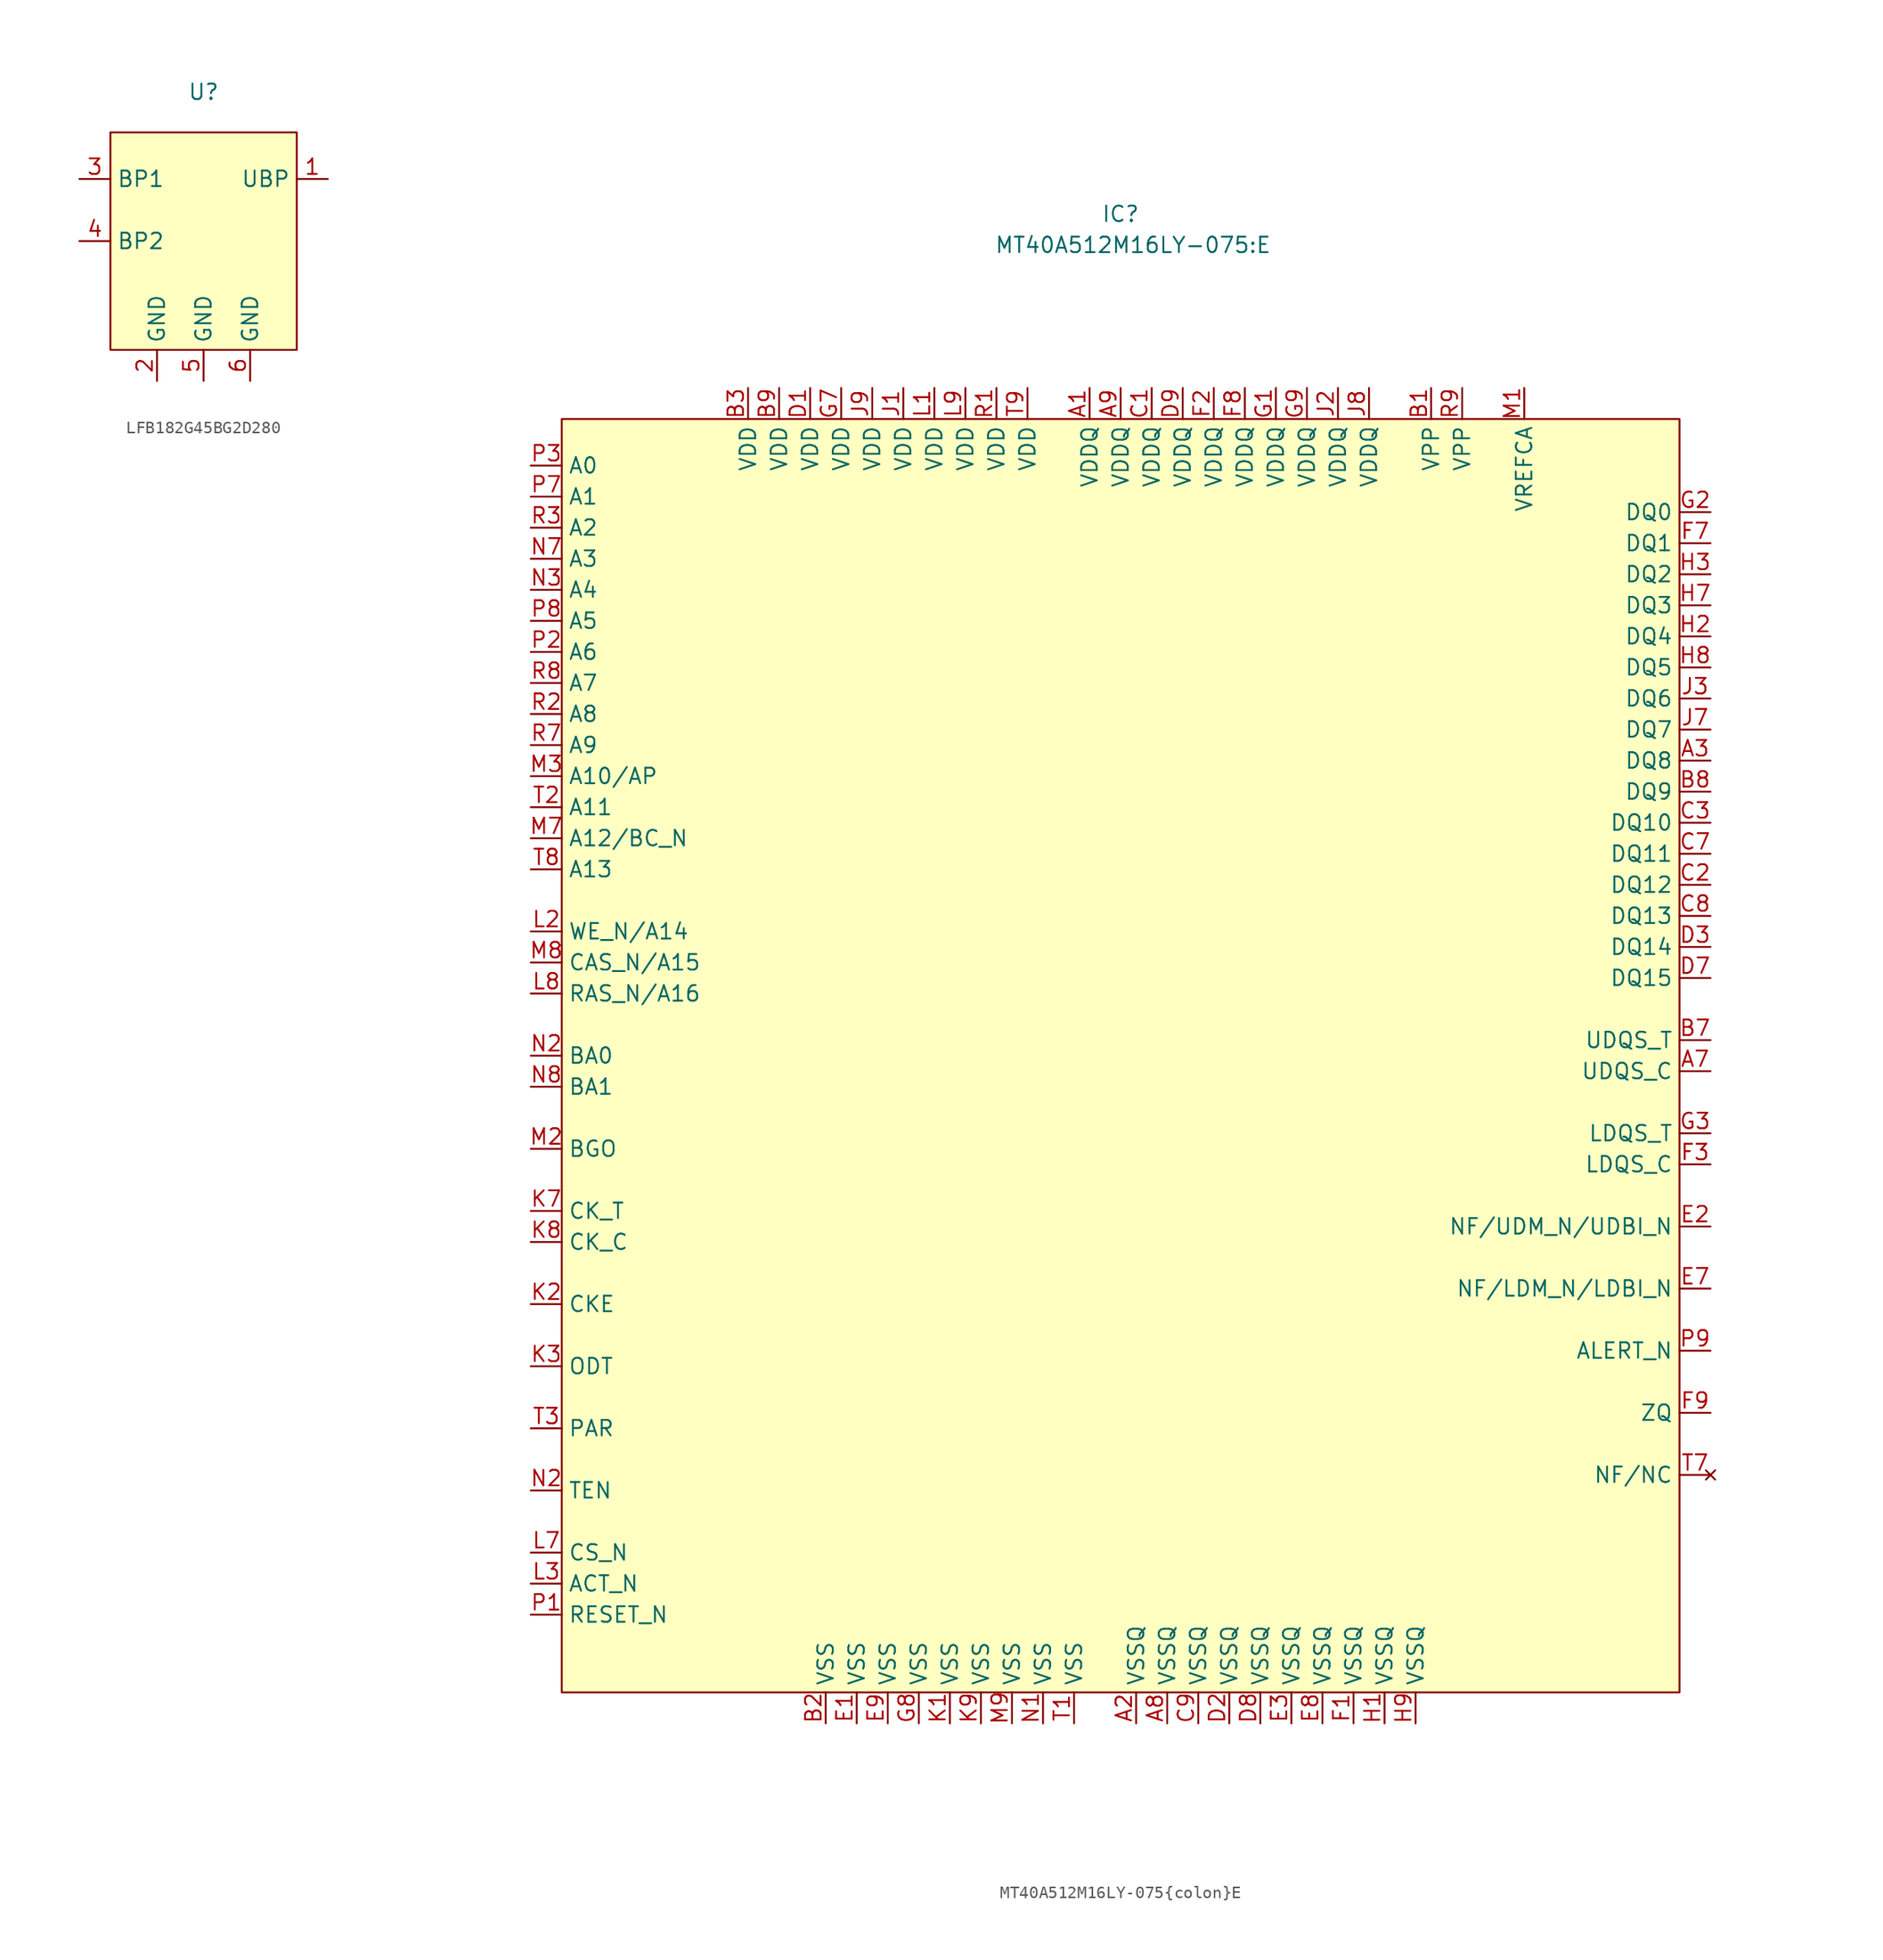
<source format=kicad_sym>
(kicad_symbol_lib
  (version 20241209)
  (generator "kicad_symbol_editor")
  (generator_version "9.0")
  (symbol "LFB182G45BG2D280"
    (property "Reference" "U"
      (at 0 12.192 0)
      (effects (font (size 1.27 1.27))))
    (property "Value" ""
      (at 0 0 0)
      (effects (font (size 1.27 1.27))))
    (symbol "LFB182G45BG2D280_1_1"
      (rectangle (start -7.62 8.89) (end 7.62 -8.89) (stroke (width 0) (type solid)) (fill (type background)))
      (pin input line (at -10.16 5.08 0) (length 2.54) (name "BP1" (effects (font (size 1.27 1.27)))) (number "3" (effects (font (size 1.27 1.27)))))
      (pin input line (at -10.16 0 0) (length 2.54) (name "BP2" (effects (font (size 1.27 1.27)))) (number "4" (effects (font (size 1.27 1.27)))))
      (pin input line (at -3.81 -11.43 90) (length 2.54) (name "GND" (effects (font (size 1.27 1.27)))) (number "2" (effects (font (size 1.27 1.27)))))
      (pin input line (at 0 -11.43 90) (length 2.54) (name "GND" (effects (font (size 1.27 1.27)))) (number "5" (effects (font (size 1.27 1.27)))))
      (pin input line (at 3.81 -11.43 90) (length 2.54) (name "GND" (effects (font (size 1.27 1.27)))) (number "6" (effects (font (size 1.27 1.27)))))
      (pin output line (at 10.16 5.08 180) (length 2.54) (name "UBP" (effects (font (size 1.27 1.27)))) (number "1" (effects (font (size 1.27 1.27)))))))
  (symbol "MT40A512M16LY-075{colon}E"
    (property "Reference" "IC"
      (at 0 68.834 0)
      (effects (font (size 1.27 1.27))))
    (property "Value" "MT40A512M16LY-075:E"
      (at 1.016 66.294 0)
      (effects (font (size 1.27 1.27))))
    (symbol "MT40A512M16LY-075{colon}E_1_1"
      (rectangle (start -45.72 52.07) (end 45.72 -52.07) (stroke (width 0) (type solid)) (fill (type background)))
      (pin input line (at -48.26 48.26 0) (length 2.54) (name "A0" (effects (font (size 1.27 1.27)))) (number "P3" (effects (font (size 1.27 1.27)))))
      (pin input line (at -48.26 45.72 0) (length 2.54) (name "A1" (effects (font (size 1.27 1.27)))) (number "P7" (effects (font (size 1.27 1.27)))))
      (pin input line (at -48.26 43.18 0) (length 2.54) (name "A2" (effects (font (size 1.27 1.27)))) (number "R3" (effects (font (size 1.27 1.27)))))
      (pin input line (at -48.26 40.64 0) (length 2.54) (name "A3" (effects (font (size 1.27 1.27)))) (number "N7" (effects (font (size 1.27 1.27)))))
      (pin input line (at -48.26 38.1 0) (length 2.54) (name "A4" (effects (font (size 1.27 1.27)))) (number "N3" (effects (font (size 1.27 1.27)))))
      (pin input line (at -48.26 35.56 0) (length 2.54) (name "A5" (effects (font (size 1.27 1.27)))) (number "P8" (effects (font (size 1.27 1.27)))))
      (pin input line (at -48.26 33.02 0) (length 2.54) (name "A6" (effects (font (size 1.27 1.27)))) (number "P2" (effects (font (size 1.27 1.27)))))
      (pin input line (at -48.26 30.48 0) (length 2.54) (name "A7" (effects (font (size 1.27 1.27)))) (number "R8" (effects (font (size 1.27 1.27)))))
      (pin input line (at -48.26 27.94 0) (length 2.54) (name "A8" (effects (font (size 1.27 1.27)))) (number "R2" (effects (font (size 1.27 1.27)))))
      (pin input line (at -48.26 25.4 0) (length 2.54) (name "A9" (effects (font (size 1.27 1.27)))) (number "R7" (effects (font (size 1.27 1.27)))))
      (pin input line (at -48.26 22.86 0) (length 2.54) (name "A10/AP" (effects (font (size 1.27 1.27)))) (number "M3" (effects (font (size 1.27 1.27)))))
      (pin input line (at -48.26 20.32 0) (length 2.54) (name "A11" (effects (font (size 1.27 1.27)))) (number "T2" (effects (font (size 1.27 1.27)))))
      (pin input line (at -48.26 17.78 0) (length 2.54) (name "A12/BC_N" (effects (font (size 1.27 1.27)))) (number "M7" (effects (font (size 1.27 1.27)))))
      (pin input line (at -48.26 15.24 0) (length 2.54) (name "A13" (effects (font (size 1.27 1.27)))) (number "T8" (effects (font (size 1.27 1.27)))))
      (pin input line (at -48.26 10.16 0) (length 2.54) (name "WE_N/A14" (effects (font (size 1.27 1.27)))) (number "L2" (effects (font (size 1.27 1.27)))))
      (pin input line (at -48.26 7.62 0) (length 2.54) (name "CAS_N/A15" (effects (font (size 1.27 1.27)))) (number "M8" (effects (font (size 1.27 1.27)))))
      (pin input line (at -48.26 5.08 0) (length 2.54) (name "RAS_N/A16" (effects (font (size 1.27 1.27)))) (number "L8" (effects (font (size 1.27 1.27)))))
      (pin input line (at -48.26 0 0) (length 2.54) (name "BA0" (effects (font (size 1.27 1.27)))) (number "N2" (effects (font (size 1.27 1.27)))))
      (pin input line (at -48.26 -2.54 0) (length 2.54) (name "BA1" (effects (font (size 1.27 1.27)))) (number "N8" (effects (font (size 1.27 1.27)))))
      (pin input line (at -48.26 -7.62 0) (length 2.54) (name "BGO" (effects (font (size 1.27 1.27)))) (number "M2" (effects (font (size 1.27 1.27)))))
      (pin input line (at -48.26 -12.7 0) (length 2.54) (name "CK_T" (effects (font (size 1.27 1.27)))) (number "K7" (effects (font (size 1.27 1.27)))))
      (pin input line (at -48.26 -15.24 0) (length 2.54) (name "CK_C" (effects (font (size 1.27 1.27)))) (number "K8" (effects (font (size 1.27 1.27)))))
      (pin input line (at -48.26 -20.32 0) (length 2.54) (name "CKE" (effects (font (size 1.27 1.27)))) (number "K2" (effects (font (size 1.27 1.27)))))
      (pin input line (at -48.26 -25.4 0) (length 2.54) (name "ODT" (effects (font (size 1.27 1.27)))) (number "K3" (effects (font (size 1.27 1.27)))))
      (pin input line (at -48.26 -30.48 0) (length 2.54) (name "PAR" (effects (font (size 1.27 1.27)))) (number "T3" (effects (font (size 1.27 1.27)))))
      (pin input line (at -48.26 -35.56 0) (length 2.54) (name "TEN" (effects (font (size 1.27 1.27)))) (number "N2" (effects (font (size 1.27 1.27)))))
      (pin input line (at -48.26 -40.64 0) (length 2.54) (name "CS_N" (effects (font (size 1.27 1.27)))) (number "L7" (effects (font (size 1.27 1.27)))))
      (pin input line (at -48.26 -43.18 0) (length 2.54) (name "ACT_N" (effects (font (size 1.27 1.27)))) (number "L3" (effects (font (size 1.27 1.27)))))
      (pin input line (at -48.26 -45.72 0) (length 2.54) (name "RESET_N" (effects (font (size 1.27 1.27)))) (number "P1" (effects (font (size 1.27 1.27)))))
      (pin power_in line (at -30.48 54.61 270) (length 2.54) (name "VDD" (effects (font (size 1.27 1.27)))) (number "B3" (effects (font (size 1.27 1.27)))))
      (pin power_in line (at -27.94 54.61 270) (length 2.54) (name "VDD" (effects (font (size 1.27 1.27)))) (number "B9" (effects (font (size 1.27 1.27)))))
      (pin power_in line (at -25.4 54.61 270) (length 2.54) (name "VDD" (effects (font (size 1.27 1.27)))) (number "D1" (effects (font (size 1.27 1.27)))))
      (pin power_in line (at -24.13 -54.61 90) (length 2.54) (name "VSS" (effects (font (size 1.27 1.27)))) (number "B2" (effects (font (size 1.27 1.27)))))
      (pin power_in line (at -22.86 54.61 270) (length 2.54) (name "VDD" (effects (font (size 1.27 1.27)))) (number "G7" (effects (font (size 1.27 1.27)))))
      (pin power_in line (at -21.59 -54.61 90) (length 2.54) (name "VSS" (effects (font (size 1.27 1.27)))) (number "E1" (effects (font (size 1.27 1.27)))))
      (pin power_in line (at -20.32 54.61 270) (length 2.54) (name "VDD" (effects (font (size 1.27 1.27)))) (number "J9" (effects (font (size 1.27 1.27)))))
      (pin power_in line (at -19.05 -54.61 90) (length 2.54) (name "VSS" (effects (font (size 1.27 1.27)))) (number "E9" (effects (font (size 1.27 1.27)))))
      (pin power_in line (at -17.78 54.61 270) (length 2.54) (name "VDD" (effects (font (size 1.27 1.27)))) (number "J1" (effects (font (size 1.27 1.27)))))
      (pin power_in line (at -16.51 -54.61 90) (length 2.54) (name "VSS" (effects (font (size 1.27 1.27)))) (number "G8" (effects (font (size 1.27 1.27)))))
      (pin power_in line (at -15.24 54.61 270) (length 2.54) (name "VDD" (effects (font (size 1.27 1.27)))) (number "L1" (effects (font (size 1.27 1.27)))))
      (pin power_in line (at -13.97 -54.61 90) (length 2.54) (name "VSS" (effects (font (size 1.27 1.27)))) (number "K1" (effects (font (size 1.27 1.27)))))
      (pin power_in line (at -12.7 54.61 270) (length 2.54) (name "VDD" (effects (font (size 1.27 1.27)))) (number "L9" (effects (font (size 1.27 1.27)))))
      (pin power_in line (at -11.43 -54.61 90) (length 2.54) (name "VSS" (effects (font (size 1.27 1.27)))) (number "K9" (effects (font (size 1.27 1.27)))))
      (pin power_in line (at -10.16 54.61 270) (length 2.54) (name "VDD" (effects (font (size 1.27 1.27)))) (number "R1" (effects (font (size 1.27 1.27)))))
      (pin power_in line (at -8.89 -54.61 90) (length 2.54) (name "VSS" (effects (font (size 1.27 1.27)))) (number "M9" (effects (font (size 1.27 1.27)))))
      (pin power_in line (at -7.62 54.61 270) (length 2.54) (name "VDD" (effects (font (size 1.27 1.27)))) (number "T9" (effects (font (size 1.27 1.27)))))
      (pin power_in line (at -6.35 -54.61 90) (length 2.54) (name "VSS" (effects (font (size 1.27 1.27)))) (number "N1" (effects (font (size 1.27 1.27)))))
      (pin power_in line (at -3.81 -54.61 90) (length 2.54) (name "VSS" (effects (font (size 1.27 1.27)))) (number "T1" (effects (font (size 1.27 1.27)))))
      (pin power_in line (at -2.54 54.61 270) (length 2.54) (name "VDDQ" (effects (font (size 1.27 1.27)))) (number "A1" (effects (font (size 1.27 1.27)))))
      (pin power_in line (at 0 54.61 270) (length 2.54) (name "VDDQ" (effects (font (size 1.27 1.27)))) (number "A9" (effects (font (size 1.27 1.27)))))
      (pin power_in line (at 1.27 -54.61 90) (length 2.54) (name "VSSQ" (effects (font (size 1.27 1.27)))) (number "A2" (effects (font (size 1.27 1.27)))))
      (pin power_in line (at 2.54 54.61 270) (length 2.54) (name "VDDQ" (effects (font (size 1.27 1.27)))) (number "C1" (effects (font (size 1.27 1.27)))))
      (pin power_in line (at 3.81 -54.61 90) (length 2.54) (name "VSSQ" (effects (font (size 1.27 1.27)))) (number "A8" (effects (font (size 1.27 1.27)))))
      (pin power_in line (at 5.08 54.61 270) (length 2.54) (name "VDDQ" (effects (font (size 1.27 1.27)))) (number "D9" (effects (font (size 1.27 1.27)))))
      (pin power_in line (at 6.35 -54.61 90) (length 2.54) (name "VSSQ" (effects (font (size 1.27 1.27)))) (number "C9" (effects (font (size 1.27 1.27)))))
      (pin power_in line (at 7.62 54.61 270) (length 2.54) (name "VDDQ" (effects (font (size 1.27 1.27)))) (number "F2" (effects (font (size 1.27 1.27)))))
      (pin power_in line (at 8.89 -54.61 90) (length 2.54) (name "VSSQ" (effects (font (size 1.27 1.27)))) (number "D2" (effects (font (size 1.27 1.27)))))
      (pin power_in line (at 10.16 54.61 270) (length 2.54) (name "VDDQ" (effects (font (size 1.27 1.27)))) (number "F8" (effects (font (size 1.27 1.27)))))
      (pin power_in line (at 11.43 -54.61 90) (length 2.54) (name "VSSQ" (effects (font (size 1.27 1.27)))) (number "D8" (effects (font (size 1.27 1.27)))))
      (pin power_in line (at 12.7 54.61 270) (length 2.54) (name "VDDQ" (effects (font (size 1.27 1.27)))) (number "G1" (effects (font (size 1.27 1.27)))))
      (pin power_in line (at 13.97 -54.61 90) (length 2.54) (name "VSSQ" (effects (font (size 1.27 1.27)))) (number "E3" (effects (font (size 1.27 1.27)))))
      (pin power_in line (at 15.24 54.61 270) (length 2.54) (name "VDDQ" (effects (font (size 1.27 1.27)))) (number "G9" (effects (font (size 1.27 1.27)))))
      (pin power_in line (at 16.51 -54.61 90) (length 2.54) (name "VSSQ" (effects (font (size 1.27 1.27)))) (number "E8" (effects (font (size 1.27 1.27)))))
      (pin power_in line (at 17.78 54.61 270) (length 2.54) (name "VDDQ" (effects (font (size 1.27 1.27)))) (number "J2" (effects (font (size 1.27 1.27)))))
      (pin power_in line (at 19.05 -54.61 90) (length 2.54) (name "VSSQ" (effects (font (size 1.27 1.27)))) (number "F1" (effects (font (size 1.27 1.27)))))
      (pin power_in line (at 20.32 54.61 270) (length 2.54) (name "VDDQ" (effects (font (size 1.27 1.27)))) (number "J8" (effects (font (size 1.27 1.27)))))
      (pin power_in line (at 21.59 -54.61 90) (length 2.54) (name "VSSQ" (effects (font (size 1.27 1.27)))) (number "H1" (effects (font (size 1.27 1.27)))))
      (pin power_in line (at 24.13 -54.61 90) (length 2.54) (name "VSSQ" (effects (font (size 1.27 1.27)))) (number "H9" (effects (font (size 1.27 1.27)))))
      (pin power_in line (at 25.4 54.61 270) (length 2.54) (name "VPP" (effects (font (size 1.27 1.27)))) (number "B1" (effects (font (size 1.27 1.27)))))
      (pin power_in line (at 27.94 54.61 270) (length 2.54) (name "VPP" (effects (font (size 1.27 1.27)))) (number "R9" (effects (font (size 1.27 1.27)))))
      (pin input line (at 33.02 54.61 270) (length 2.54) (name "VREFCA" (effects (font (size 1.27 1.27)))) (number "M1" (effects (font (size 1.27 1.27)))))
      (pin bidirectional line (at 48.26 44.45 180) (length 2.54) (name "DQ0" (effects (font (size 1.27 1.27)))) (number "G2" (effects (font (size 1.27 1.27)))))
      (pin bidirectional line (at 48.26 41.91 180) (length 2.54) (name "DQ1" (effects (font (size 1.27 1.27)))) (number "F7" (effects (font (size 1.27 1.27)))))
      (pin bidirectional line (at 48.26 39.37 180) (length 2.54) (name "DQ2" (effects (font (size 1.27 1.27)))) (number "H3" (effects (font (size 1.27 1.27)))))
      (pin bidirectional line (at 48.26 36.83 180) (length 2.54) (name "DQ3" (effects (font (size 1.27 1.27)))) (number "H7" (effects (font (size 1.27 1.27)))))
      (pin bidirectional line (at 48.26 34.29 180) (length 2.54) (name "DQ4" (effects (font (size 1.27 1.27)))) (number "H2" (effects (font (size 1.27 1.27)))))
      (pin bidirectional line (at 48.26 31.75 180) (length 2.54) (name "DQ5" (effects (font (size 1.27 1.27)))) (number "H8" (effects (font (size 1.27 1.27)))))
      (pin bidirectional line (at 48.26 29.21 180) (length 2.54) (name "DQ6" (effects (font (size 1.27 1.27)))) (number "J3" (effects (font (size 1.27 1.27)))))
      (pin bidirectional line (at 48.26 26.67 180) (length 2.54) (name "DQ7" (effects (font (size 1.27 1.27)))) (number "J7" (effects (font (size 1.27 1.27)))))
      (pin bidirectional line (at 48.26 24.13 180) (length 2.54) (name "DQ8" (effects (font (size 1.27 1.27)))) (number "A3" (effects (font (size 1.27 1.27)))))
      (pin bidirectional line (at 48.26 21.59 180) (length 2.54) (name "DQ9" (effects (font (size 1.27 1.27)))) (number "B8" (effects (font (size 1.27 1.27)))))
      (pin bidirectional line (at 48.26 19.05 180) (length 2.54) (name "DQ10" (effects (font (size 1.27 1.27)))) (number "C3" (effects (font (size 1.27 1.27)))))
      (pin bidirectional line (at 48.26 16.51 180) (length 2.54) (name "DQ11" (effects (font (size 1.27 1.27)))) (number "C7" (effects (font (size 1.27 1.27)))))
      (pin bidirectional line (at 48.26 13.97 180) (length 2.54) (name "DQ12" (effects (font (size 1.27 1.27)))) (number "C2" (effects (font (size 1.27 1.27)))))
      (pin bidirectional line (at 48.26 11.43 180) (length 2.54) (name "DQ13" (effects (font (size 1.27 1.27)))) (number "C8" (effects (font (size 1.27 1.27)))))
      (pin bidirectional line (at 48.26 8.89 180) (length 2.54) (name "DQ14" (effects (font (size 1.27 1.27)))) (number "D3" (effects (font (size 1.27 1.27)))))
      (pin bidirectional line (at 48.26 6.35 180) (length 2.54) (name "DQ15" (effects (font (size 1.27 1.27)))) (number "D7" (effects (font (size 1.27 1.27)))))
      (pin bidirectional line (at 48.26 1.27 180) (length 2.54) (name "UDQS_T" (effects (font (size 1.27 1.27)))) (number "B7" (effects (font (size 1.27 1.27)))))
      (pin bidirectional line (at 48.26 -1.27 180) (length 2.54) (name "UDQS_C" (effects (font (size 1.27 1.27)))) (number "A7" (effects (font (size 1.27 1.27)))))
      (pin bidirectional line (at 48.26 -6.35 180) (length 2.54) (name "LDQS_T" (effects (font (size 1.27 1.27)))) (number "G3" (effects (font (size 1.27 1.27)))))
      (pin bidirectional line (at 48.26 -8.89 180) (length 2.54) (name "LDQS_C" (effects (font (size 1.27 1.27)))) (number "F3" (effects (font (size 1.27 1.27)))))
      (pin input line (at 48.26 -13.97 180) (length 2.54) (name "NF/UDM_N/UDBI_N" (effects (font (size 1.27 1.27)))) (number "E2" (effects (font (size 1.27 1.27)))))
      (pin input line (at 48.26 -19.05 180) (length 2.54) (name "NF/LDM_N/LDBI_N" (effects (font (size 1.27 1.27)))) (number "E7" (effects (font (size 1.27 1.27)))))
      (pin open_collector line (at 48.26 -24.13 180) (length 2.54) (name "ALERT_N" (effects (font (size 1.27 1.27)))) (number "P9" (effects (font (size 1.27 1.27)))))
      (pin passive line (at 48.26 -29.21 180) (length 2.54) (name "ZQ" (effects (font (size 1.27 1.27)))) (number "F9" (effects (font (size 1.27 1.27)))))
      (pin no_connect line (at 48.26 -34.29 180) (length 2.54) (name "NF/NC" (effects (font (size 1.27 1.27)))) (number "T7" (effects (font (size 1.27 1.27))))))))
</source>
